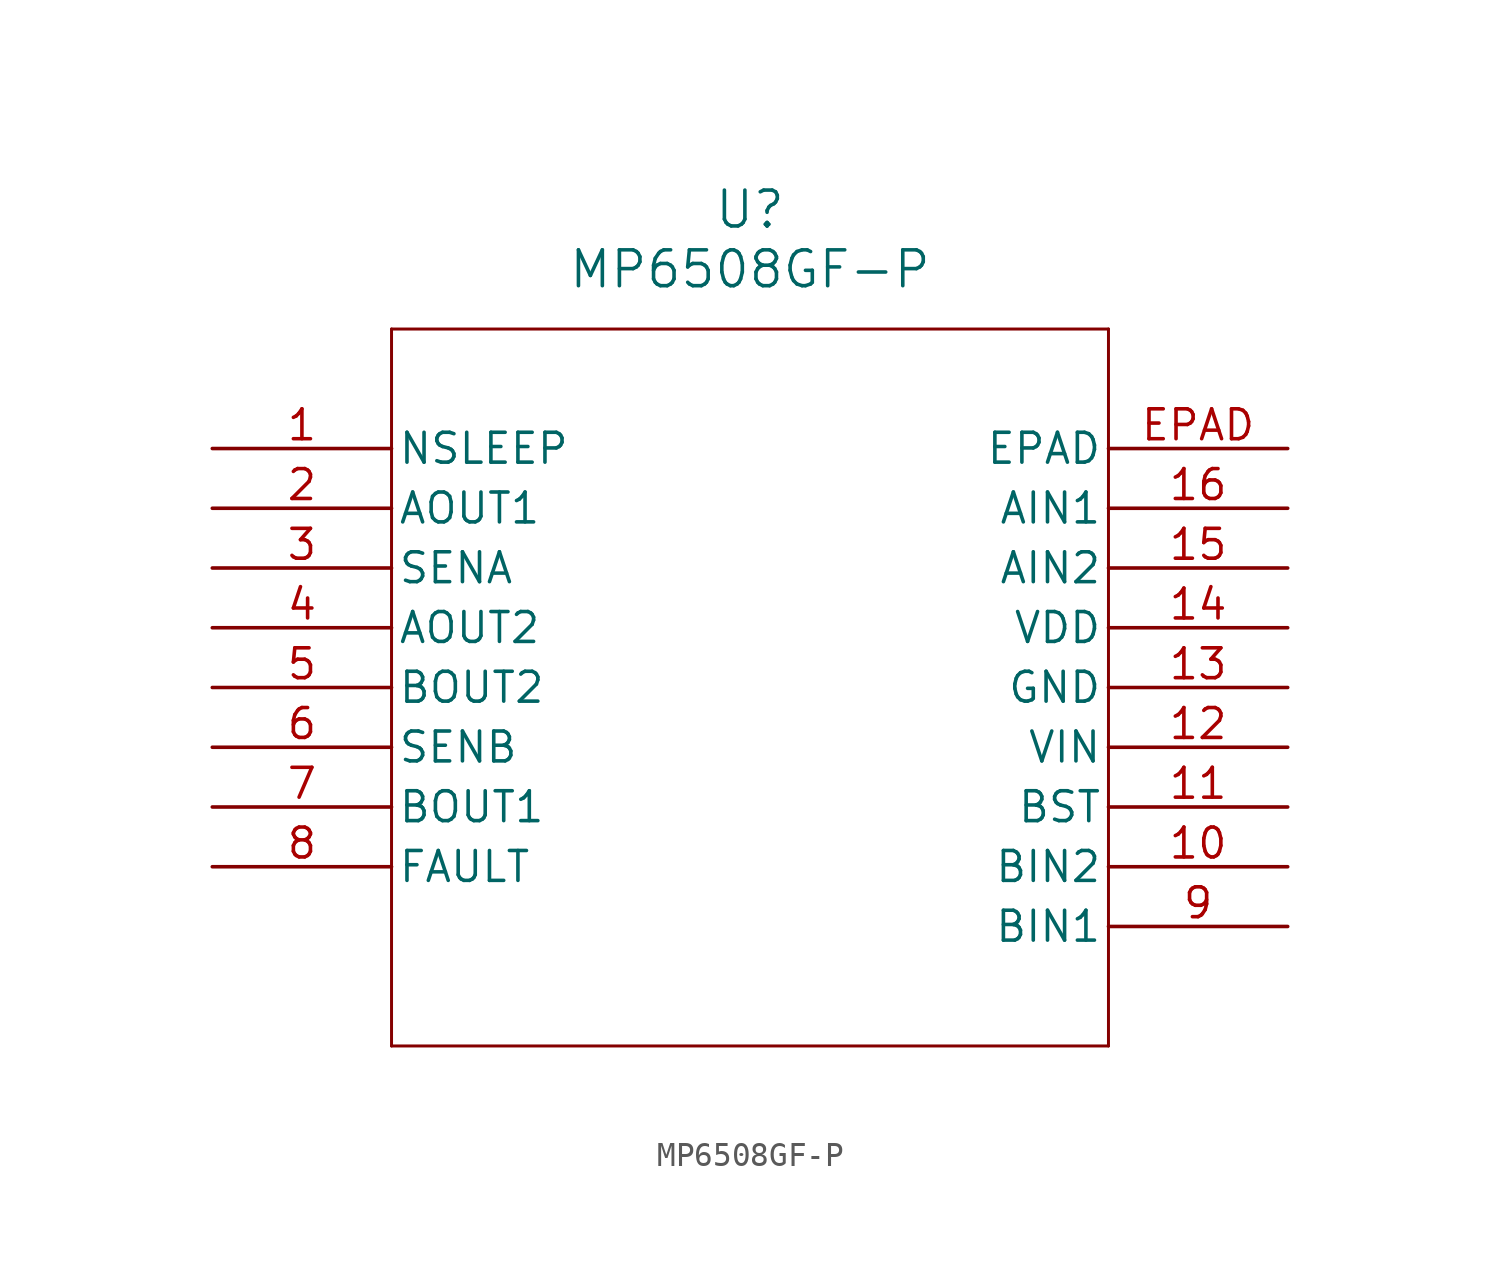
<source format=kicad_sym>
(kicad_symbol_lib
  (version 20211014)
  (generator kicad_symbol_editor)
  (symbol "MP6508GF-P"
    (pin_names
      (offset 0.254))
    (property "Reference" "U"
      (at 22.86 10.16 0)
      (effects (font (size 1.524 1.524))))
    (property "Value" "MP6508GF-P"
      (at 22.86 7.62 0)
      (effects (font (size 1.524 1.524))))
    (symbol "MP6508GF-P_0_1"
      (polyline (pts (xy 7.62 5.08) (xy 7.62 -25.4)) (stroke (width 0.127) (type default) (color 0 0 0 0)) (fill (type none)))
      (polyline (pts (xy 7.62 -25.4) (xy 38.1 -25.4)) (stroke (width 0.127) (type default) (color 0 0 0 0)) (fill (type none)))
      (polyline (pts (xy 38.1 -25.4) (xy 38.1 5.08)) (stroke (width 0.127) (type default) (color 0 0 0 0)) (fill (type none)))
      (polyline (pts (xy 38.1 5.08) (xy 7.62 5.08)) (stroke (width 0.127) (type default) (color 0 0 0 0)) (fill (type none)))
      (pin input line (at 0 0 0) (length 7.62) (name "NSLEEP" (effects (font (size 1.27 1.27)))) (number "1" (effects (font (size 1.27 1.27)))))
      (pin unspecified line (at 0 -2.54 0) (length 7.62) (name "AOUT1" (effects (font (size 1.27 1.27)))) (number "2" (effects (font (size 1.27 1.27)))))
      (pin unspecified line (at 0 -5.08 0) (length 7.62) (name "SENA" (effects (font (size 1.27 1.27)))) (number "3" (effects (font (size 1.27 1.27)))))
      (pin unspecified line (at 0 -7.62 0) (length 7.62) (name "AOUT2" (effects (font (size 1.27 1.27)))) (number "4" (effects (font (size 1.27 1.27)))))
      (pin unspecified line (at 0 -10.16 0) (length 7.62) (name "BOUT2" (effects (font (size 1.27 1.27)))) (number "5" (effects (font (size 1.27 1.27)))))
      (pin unspecified line (at 0 -12.7 0) (length 7.62) (name "SENB" (effects (font (size 1.27 1.27)))) (number "6" (effects (font (size 1.27 1.27)))))
      (pin unspecified line (at 0 -15.24 0) (length 7.62) (name "BOUT1" (effects (font (size 1.27 1.27)))) (number "7" (effects (font (size 1.27 1.27)))))
      (pin unspecified line (at 0 -17.78 0) (length 7.62) (name "FAULT" (effects (font (size 1.27 1.27)))) (number "8" (effects (font (size 1.27 1.27)))))
      (pin input line (at 45.72 -20.32 180) (length 7.62) (name "BIN1" (effects (font (size 1.27 1.27)))) (number "9" (effects (font (size 1.27 1.27)))))
      (pin input line (at 45.72 -17.78 180) (length 7.62) (name "BIN2" (effects (font (size 1.27 1.27)))) (number "10" (effects (font (size 1.27 1.27)))))
      (pin output line (at 45.72 -15.24 180) (length 7.62) (name "BST" (effects (font (size 1.27 1.27)))) (number "11" (effects (font (size 1.27 1.27)))))
      (pin power_in line (at 45.72 -12.7 180) (length 7.62) (name "VIN" (effects (font (size 1.27 1.27)))) (number "12" (effects (font (size 1.27 1.27)))))
      (pin power_out line (at 45.72 -10.16 180) (length 7.62) (name "GND" (effects (font (size 1.27 1.27)))) (number "13" (effects (font (size 1.27 1.27)))))
      (pin power_in line (at 45.72 -7.62 180) (length 7.62) (name "VDD" (effects (font (size 1.27 1.27)))) (number "14" (effects (font (size 1.27 1.27)))))
      (pin input line (at 45.72 -5.08 180) (length 7.62) (name "AIN2" (effects (font (size 1.27 1.27)))) (number "15" (effects (font (size 1.27 1.27)))))
      (pin input line (at 45.72 -2.54 180) (length 7.62) (name "AIN1" (effects (font (size 1.27 1.27)))) (number "16" (effects (font (size 1.27 1.27)))))
      (pin unspecified line (at 45.72 0 180) (length 7.62) (name "EPAD" (effects (font (size 1.27 1.27)))) (number "EPAD" (effects (font (size 1.27 1.27))))))))
</source>
